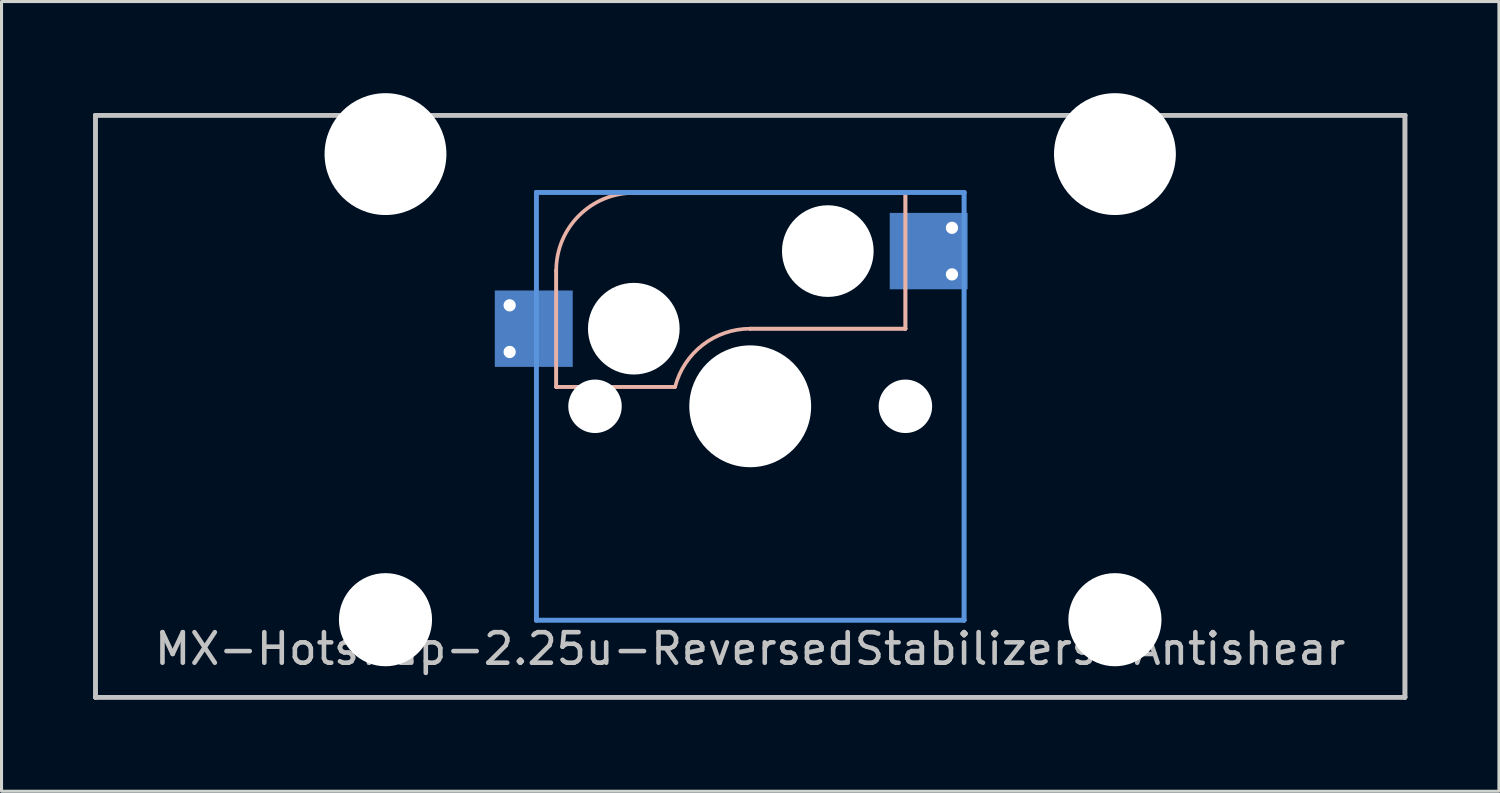
<source format=kicad_pcb>
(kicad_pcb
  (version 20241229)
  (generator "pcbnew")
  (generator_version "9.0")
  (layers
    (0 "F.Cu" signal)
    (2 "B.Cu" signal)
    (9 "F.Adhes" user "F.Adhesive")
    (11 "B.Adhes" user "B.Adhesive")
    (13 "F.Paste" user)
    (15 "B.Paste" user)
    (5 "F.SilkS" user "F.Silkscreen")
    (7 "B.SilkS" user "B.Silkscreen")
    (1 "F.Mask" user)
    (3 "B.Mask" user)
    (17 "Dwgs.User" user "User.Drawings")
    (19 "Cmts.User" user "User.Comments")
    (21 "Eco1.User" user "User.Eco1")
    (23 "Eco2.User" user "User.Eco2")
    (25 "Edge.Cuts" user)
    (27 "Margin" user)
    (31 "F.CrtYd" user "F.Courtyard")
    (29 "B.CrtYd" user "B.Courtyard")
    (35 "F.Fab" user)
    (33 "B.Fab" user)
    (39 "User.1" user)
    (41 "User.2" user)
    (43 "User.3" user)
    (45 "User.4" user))
  (footprint "MX-Hotswap-2.25u-ReversedStabilizers-Antishear"
    (layer "F.Cu")
    (at 21.506 10.249)
    (property "Reference" "MX-Hotswap-2.25u-ReversedStabilizers-Antishear" (at 0 7.938 0) (layer "Dwgs.User") (effects (font (size 1 1) (thickness 0.15))))
    (fp_line (start -6.35 -4.445) (end -6.35 -4.445) (stroke (width 0.12) (type solid)) (layer "B.SilkS"))
    (fp_line (start -6.35 -4.445) (end -6.35 -0.635) (stroke (width 0.12) (type solid)) (layer "B.SilkS"))
    (fp_line (start -6.35 -0.635) (end -6.35 -4.445) (stroke (width 0.12) (type solid)) (layer "B.SilkS"))
    (fp_line (start -6.35 -0.635) (end -6.35 -0.635) (stroke (width 0.12) (type solid)) (layer "B.SilkS"))
    (fp_line (start -6.35 -0.635) (end -6.35 -0.635) (stroke (width 0.12) (type solid)) (layer "B.SilkS"))
    (fp_line (start -6.35 -0.635) (end -2.464 -0.635) (stroke (width 0.12) (type solid)) (layer "B.SilkS"))
    (fp_line (start -3.81 -6.985) (end -3.81 -6.985) (stroke (width 0.12) (type solid)) (layer "B.SilkS"))
    (fp_line (start -3.81 -6.985) (end 5.08 -6.985) (stroke (width 0.12) (type solid)) (layer "B.SilkS"))
    (fp_line (start -2.464 -0.635) (end -6.35 -0.635) (stroke (width 0.12) (type solid)) (layer "B.SilkS"))
    (fp_line (start -2.464 -0.635) (end -2.464 -0.635) (stroke (width 0.12) (type solid)) (layer "B.SilkS"))
    (fp_line (start 0 -2.54) (end 0 -2.54) (stroke (width 0.12) (type solid)) (layer "B.SilkS"))
    (fp_line (start 0 -2.54) (end 5.08 -2.54) (stroke (width 0.12) (type solid)) (layer "B.SilkS"))
    (fp_line (start 5.08 -6.985) (end -3.81 -6.985) (stroke (width 0.12) (type solid)) (layer "B.SilkS"))
    (fp_line (start 5.08 -6.985) (end 5.08 -6.985) (stroke (width 0.12) (type solid)) (layer "B.SilkS"))
    (fp_line (start 5.08 -6.985) (end 5.08 -6.985) (stroke (width 0.12) (type solid)) (layer "B.SilkS"))
    (fp_line (start 5.08 -6.985) (end 5.08 -2.54) (stroke (width 0.12) (type solid)) (layer "B.SilkS"))
    (fp_line (start 5.08 -2.54) (end 0 -2.54) (stroke (width 0.12) (type solid)) (layer "B.SilkS"))
    (fp_line (start 5.08 -2.54) (end 5.08 -6.985) (stroke (width 0.12) (type solid)) (layer "B.SilkS"))
    (fp_line (start 5.08 -2.54) (end 5.08 -2.54) (stroke (width 0.12) (type solid)) (layer "B.SilkS"))
    (fp_line (start 5.08 -2.54) (end 5.08 -2.54) (stroke (width 0.12) (type solid)) (layer "B.SilkS"))
    (fp_arc (start -6.35 -4.445) (mid -5.606051 -6.241051) (end -3.81 -6.985) (stroke (width 0.12) (type solid)) (layer "B.SilkS"))
    (fp_arc (start -2.457981 -0.640256) (mid -1.553279 -2.009707) (end 0 -2.54) (stroke (width 0.12) (type solid)) (layer "B.SilkS"))
    (fp_line (start -21.431 -9.525) (end -21.431 -9.525) (stroke (width 0.15) (type solid)) (layer "Dwgs.User"))
    (fp_line (start -21.431 -9.525) (end -21.431 -9.525) (stroke (width 0.15) (type solid)) (layer "Dwgs.User"))
    (fp_line (start -21.431 -9.525) (end -21.431 9.525) (stroke (width 0.15) (type solid)) (layer "Dwgs.User"))
    (fp_line (start -21.431 -9.525) (end 21.431 -9.525) (stroke (width 0.15) (type solid)) (layer "Dwgs.User"))
    (fp_line (start -21.431 9.525) (end -21.431 -9.525) (stroke (width 0.15) (type solid)) (layer "Dwgs.User"))
    (fp_line (start -21.431 9.525) (end -21.431 9.525) (stroke (width 0.15) (type solid)) (layer "Dwgs.User"))
    (fp_line (start -21.431 9.525) (end -21.431 9.525) (stroke (width 0.15) (type solid)) (layer "Dwgs.User"))
    (fp_line (start -21.431 9.525) (end 21.431 9.525) (stroke (width 0.15) (type solid)) (layer "Dwgs.User"))
    (fp_line (start 21.431 -9.525) (end -21.431 -9.525) (stroke (width 0.15) (type solid)) (layer "Dwgs.User"))
    (fp_line (start 21.431 -9.525) (end 21.431 -9.525) (stroke (width 0.15) (type solid)) (layer "Dwgs.User"))
    (fp_line (start 21.431 -9.525) (end 21.431 -9.525) (stroke (width 0.15) (type solid)) (layer "Dwgs.User"))
    (fp_line (start 21.431 -9.525) (end 21.431 9.525) (stroke (width 0.15) (type solid)) (layer "Dwgs.User"))
    (fp_line (start 21.431 9.525) (end -21.431 9.525) (stroke (width 0.15) (type solid)) (layer "Dwgs.User"))
    (fp_line (start 21.431 9.525) (end 21.431 -9.525) (stroke (width 0.15) (type solid)) (layer "Dwgs.User"))
    (fp_line (start 21.431 9.525) (end 21.431 9.525) (stroke (width 0.15) (type solid)) (layer "Dwgs.User"))
    (fp_line (start 21.431 9.525) (end 21.431 9.525) (stroke (width 0.15) (type solid)) (layer "Dwgs.User"))
    (fp_line (start -7 -7) (end -7 -7) (stroke (width 0.15) (type solid)) (layer "Cmts.User"))
    (fp_line (start -7 -7) (end -7 -7) (stroke (width 0.15) (type solid)) (layer "Cmts.User"))
    (fp_line (start -7 -7) (end -7 7) (stroke (width 0.15) (type solid)) (layer "Cmts.User"))
    (fp_line (start -7 -7) (end 7 -7) (stroke (width 0.15) (type solid)) (layer "Cmts.User"))
    (fp_line (start -7 7) (end -7 -7) (stroke (width 0.15) (type solid)) (layer "Cmts.User"))
    (fp_line (start -7 7) (end -7 7) (stroke (width 0.15) (type solid)) (layer "Cmts.User"))
    (fp_line (start -7 7) (end -7 7) (stroke (width 0.15) (type solid)) (layer "Cmts.User"))
    (fp_line (start -7 7) (end 7 7) (stroke (width 0.15) (type solid)) (layer "Cmts.User"))
    (fp_line (start 7 -7) (end -7 -7) (stroke (width 0.15) (type solid)) (layer "Cmts.User"))
    (fp_line (start 7 -7) (end 7 -7) (stroke (width 0.15) (type solid)) (layer "Cmts.User"))
    (fp_line (start 7 -7) (end 7 -7) (stroke (width 0.15) (type solid)) (layer "Cmts.User"))
    (fp_line (start 7 -7) (end 7 7) (stroke (width 0.15) (type solid)) (layer "Cmts.User"))
    (fp_line (start 7 7) (end -7 7) (stroke (width 0.15) (type solid)) (layer "Cmts.User"))
    (fp_line (start 7 7) (end 7 -7) (stroke (width 0.15) (type solid)) (layer "Cmts.User"))
    (fp_line (start 7 7) (end 7 7) (stroke (width 0.15) (type solid)) (layer "Cmts.User"))
    (fp_line (start 7 7) (end 7 7) (stroke (width 0.15) (type solid)) (layer "Cmts.User"))
    (pad "" np_thru_hole circle (at -11.938 -8.255) (size 3.988 3.988) (drill 3.988) (layers "*.Cu" "*.Mask"))
    (pad "" np_thru_hole circle (at -11.938 6.985) (size 3.048 3.048) (drill 3.048) (layers "*.Cu" "*.Mask"))
    (pad "" np_thru_hole circle (at -5.08 0) (size 1.75 1.75) (drill 1.75) (layers "*.Cu" "*.Mask"))
    (pad "" np_thru_hole circle (at -3.81 -2.54) (size 3 3) (drill 3) (layers "*.Cu" "*.Mask"))
    (pad "" np_thru_hole circle (at 0 0) (size 3.988 3.988) (drill 3.988) (layers "*.Cu" "*.Mask"))
    (pad "" np_thru_hole circle (at 2.54 -5.08) (size 3 3) (drill 3) (layers "*.Cu" "*.Mask"))
    (pad "" np_thru_hole circle (at 5.08 0) (size 1.75 1.75) (drill 1.75) (layers "*.Cu" "*.Mask"))
    (pad "" np_thru_hole circle (at 11.938 -8.255) (size 3.988 3.988) (drill 3.988) (layers "*.Cu" "*.Mask"))
    (pad "" np_thru_hole circle (at 11.938 6.985) (size 3.048 3.048) (drill 3.048) (layers "*.Cu" "*.Mask"))
    (pad "1" thru_hole circle (at -7.874 -3.305) (size 0.8 0.8) (drill 0.4) (layers "*.Cu" "*.Mask"))
    (pad "1" thru_hole circle (at -7.874 -1.778) (size 0.8 0.8) (drill 0.4) (layers "*.Cu" "*.Mask"))
    (pad "1" smd rect (at -7.085 -2.54) (size 2.55 2.5) (layers "B.Cu" "B.Mask" "B.Paste"))
    (pad "2" smd rect (at 5.842 -5.08) (size 2.55 2.5) (layers "B.Cu" "B.Mask" "B.Paste"))
    (pad "2" thru_hole circle (at 6.604 -5.842) (size 0.8 0.8) (drill 0.4) (layers "*.Cu" "*.Mask"))
    (pad "2" thru_hole circle (at 6.604 -4.318) (size 0.8 0.8) (drill 0.4) (layers "*.Cu" "*.Mask")))
  (gr_rect
    (start -3 -3)
    (end 46.013 22.849)
    (stroke (width 0.1) (type default))
    (fill no)
    (layer "Edge.Cuts")))
</source>
